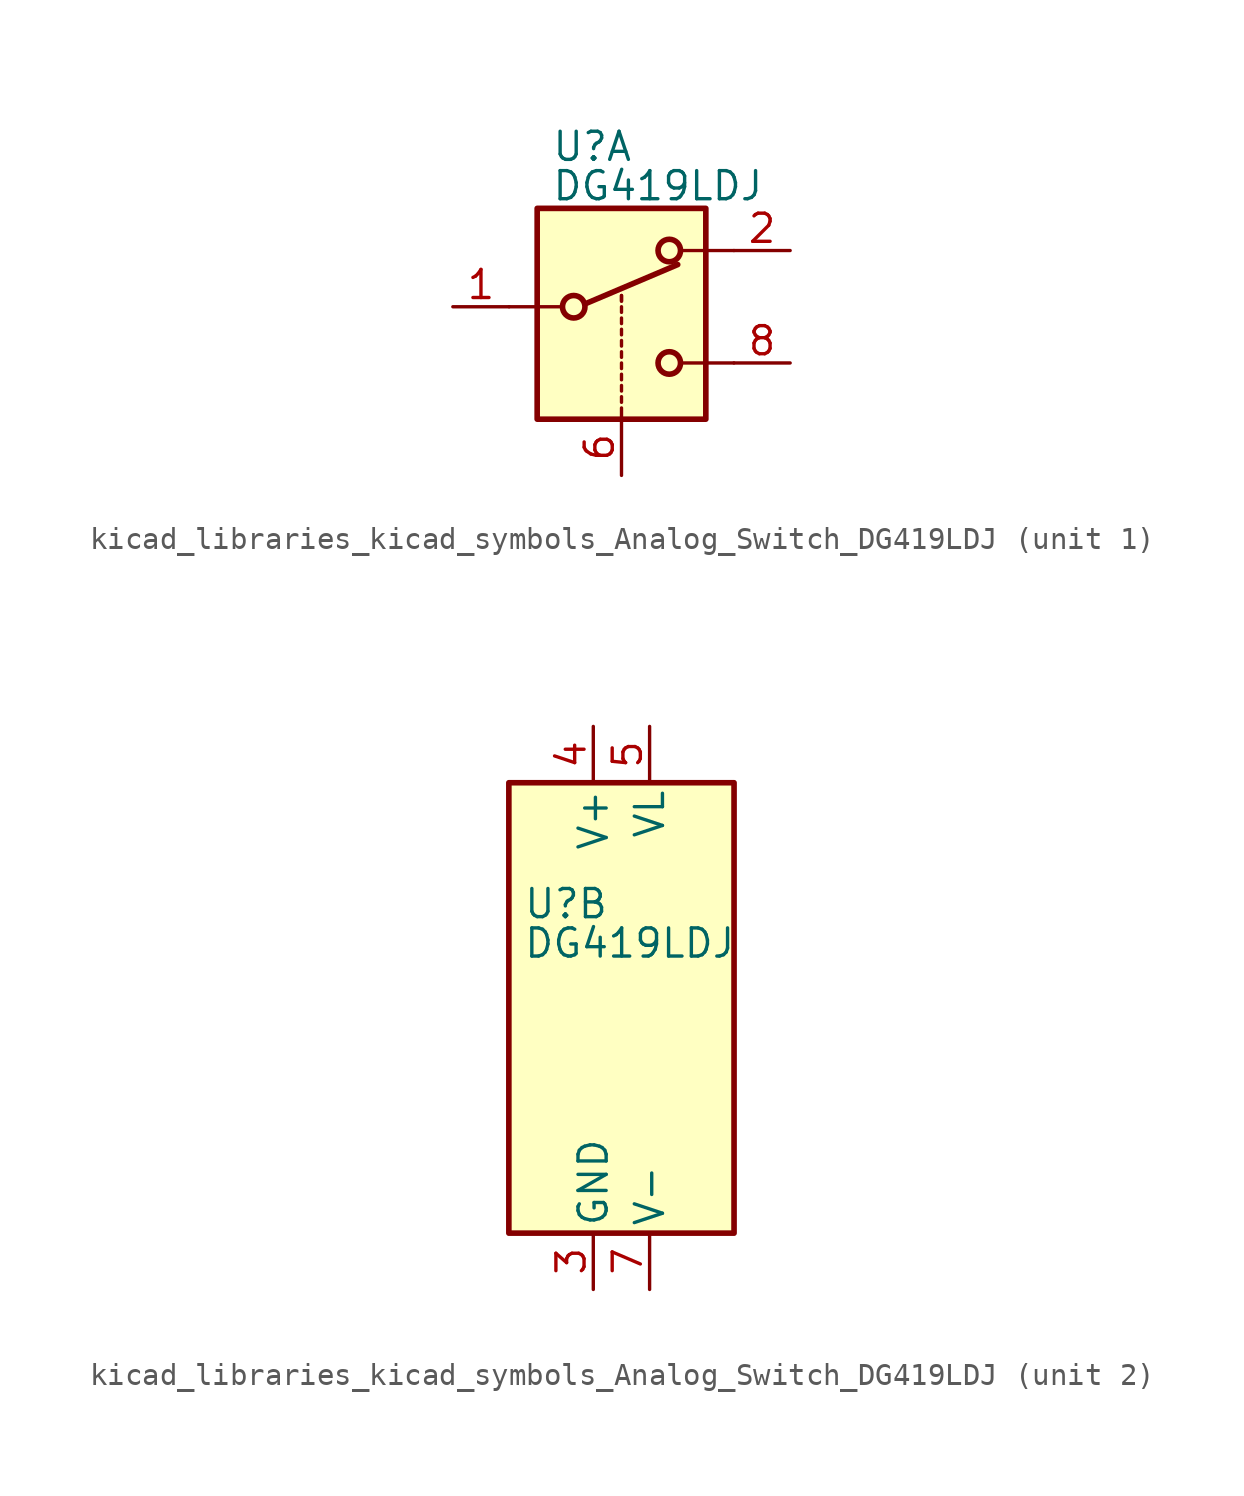
<source format=kicad_sym>
(kicad_symbol_lib
  (version 20220914)
  (generator kicad_symbol_editor)
  (symbol "kicad_libraries_kicad_symbols_Analog_Switch_DG419LDJ"
    (pin_names
      (offset 0.254))
    (property "Reference" "U"
      (at -3.175 4.699 0)
      (effects (font (size 1.27 1.27)) (justify left)))
    (property "Value" "DG419LDJ"
      (at -3.175 2.921 0)
      (effects (font (size 1.27 1.27)) (justify left)))
    (symbol "kicad_libraries_kicad_symbols_Analog_Switch_DG419LDJ_1_1"
      (rectangle (start -3.81 1.905) (end 3.81 -7.62) (stroke (width 0.254) (type default)) (fill (type background)))
      (circle (center -2.159 -2.54) (radius 0.508) (stroke (width 0.254) (type default)) (fill (type none)))
      (polyline (pts (xy -5.08 -2.54) (xy -2.794 -2.54)) (stroke (width 0) (type default)) (fill (type none)))
      (polyline (pts (xy -1.651 -2.413) (xy 2.54 -0.635)) (stroke (width 0.254) (type default)) (fill (type none)))
      (polyline (pts (xy 0 -7.62) (xy 0 -7.112)) (stroke (width 0) (type default)) (fill (type none)))
      (polyline (pts (xy 0 -6.858) (xy 0 -6.604)) (stroke (width 0) (type default)) (fill (type none)))
      (polyline (pts (xy 0 -6.35) (xy 0 -6.096)) (stroke (width 0) (type default)) (fill (type none)))
      (polyline (pts (xy 0 -5.842) (xy 0 -5.588)) (stroke (width 0) (type default)) (fill (type none)))
      (polyline (pts (xy 0 -5.334) (xy 0 -5.08)) (stroke (width 0) (type default)) (fill (type none)))
      (polyline (pts (xy 0 -4.826) (xy 0 -4.572)) (stroke (width 0) (type default)) (fill (type none)))
      (polyline (pts (xy 0 -4.318) (xy 0 -4.064)) (stroke (width 0) (type default)) (fill (type none)))
      (polyline (pts (xy 0 -3.81) (xy 0 -3.556)) (stroke (width 0) (type default)) (fill (type none)))
      (polyline (pts (xy 0 -3.302) (xy 0 -3.048)) (stroke (width 0) (type default)) (fill (type none)))
      (polyline (pts (xy 0 -2.794) (xy 0 -2.54)) (stroke (width 0) (type default)) (fill (type none)))
      (polyline (pts (xy 0 -2.286) (xy 0 -2.032)) (stroke (width 0) (type default)) (fill (type none)))
      (polyline (pts (xy 0 -2.286) (xy 0 -2.032)) (stroke (width 0) (type default)) (fill (type none)))
      (polyline (pts (xy 5.08 -5.08) (xy 2.794 -5.08)) (stroke (width 0) (type default)) (fill (type none)))
      (polyline (pts (xy 5.08 0) (xy 2.794 0)) (stroke (width 0) (type default)) (fill (type none)))
      (circle (center 2.159 -5.08) (radius 0.508) (stroke (width 0.254) (type default)) (fill (type none)))
      (circle (center 2.159 0) (radius 0.508) (stroke (width 0.254) (type default)) (fill (type none)))
      (pin passive line (at -7.62 -2.54 0) (length 2.54) (name "~" (effects (font (size 1.27 1.27)))) (number "1" (effects (font (size 1.27 1.27)))))
      (pin passive line (at 7.62 0 180) (length 2.54) (name "~" (effects (font (size 1.27 1.27)))) (number "2" (effects (font (size 1.27 1.27)))))
      (pin input line (at 0 -10.16 90) (length 2.54) (name "~" (effects (font (size 1.27 1.27)))) (number "6" (effects (font (size 1.27 1.27)))))
      (pin passive line (at 7.62 -5.08 180) (length 2.54) (name "~" (effects (font (size 1.27 1.27)))) (number "8" (effects (font (size 1.27 1.27))))))
    (symbol "kicad_libraries_kicad_symbols_Analog_Switch_DG419LDJ_2_0"
      (pin power_in line (at 0 -12.7 90) (length 2.54) (name "GND" (effects (font (size 1.27 1.27)))) (number "3" (effects (font (size 1.27 1.27)))))
      (pin power_in line (at 0 12.7 270) (length 2.54) (name "V+" (effects (font (size 1.27 1.27)))) (number "4" (effects (font (size 1.27 1.27)))))
      (pin power_in line (at 2.54 12.7 270) (length 2.54) (name "VL" (effects (font (size 1.27 1.27)))) (number "5" (effects (font (size 1.27 1.27)))))
      (pin power_in line (at 2.54 -12.7 90) (length 2.54) (name "V-" (effects (font (size 1.27 1.27)))) (number "7" (effects (font (size 1.27 1.27))))))
    (symbol "kicad_libraries_kicad_symbols_Analog_Switch_DG419LDJ_2_1"
      (rectangle (start -3.81 10.16) (end 6.35 -10.16) (stroke (width 0.254) (type default)) (fill (type background))))))
</source>
